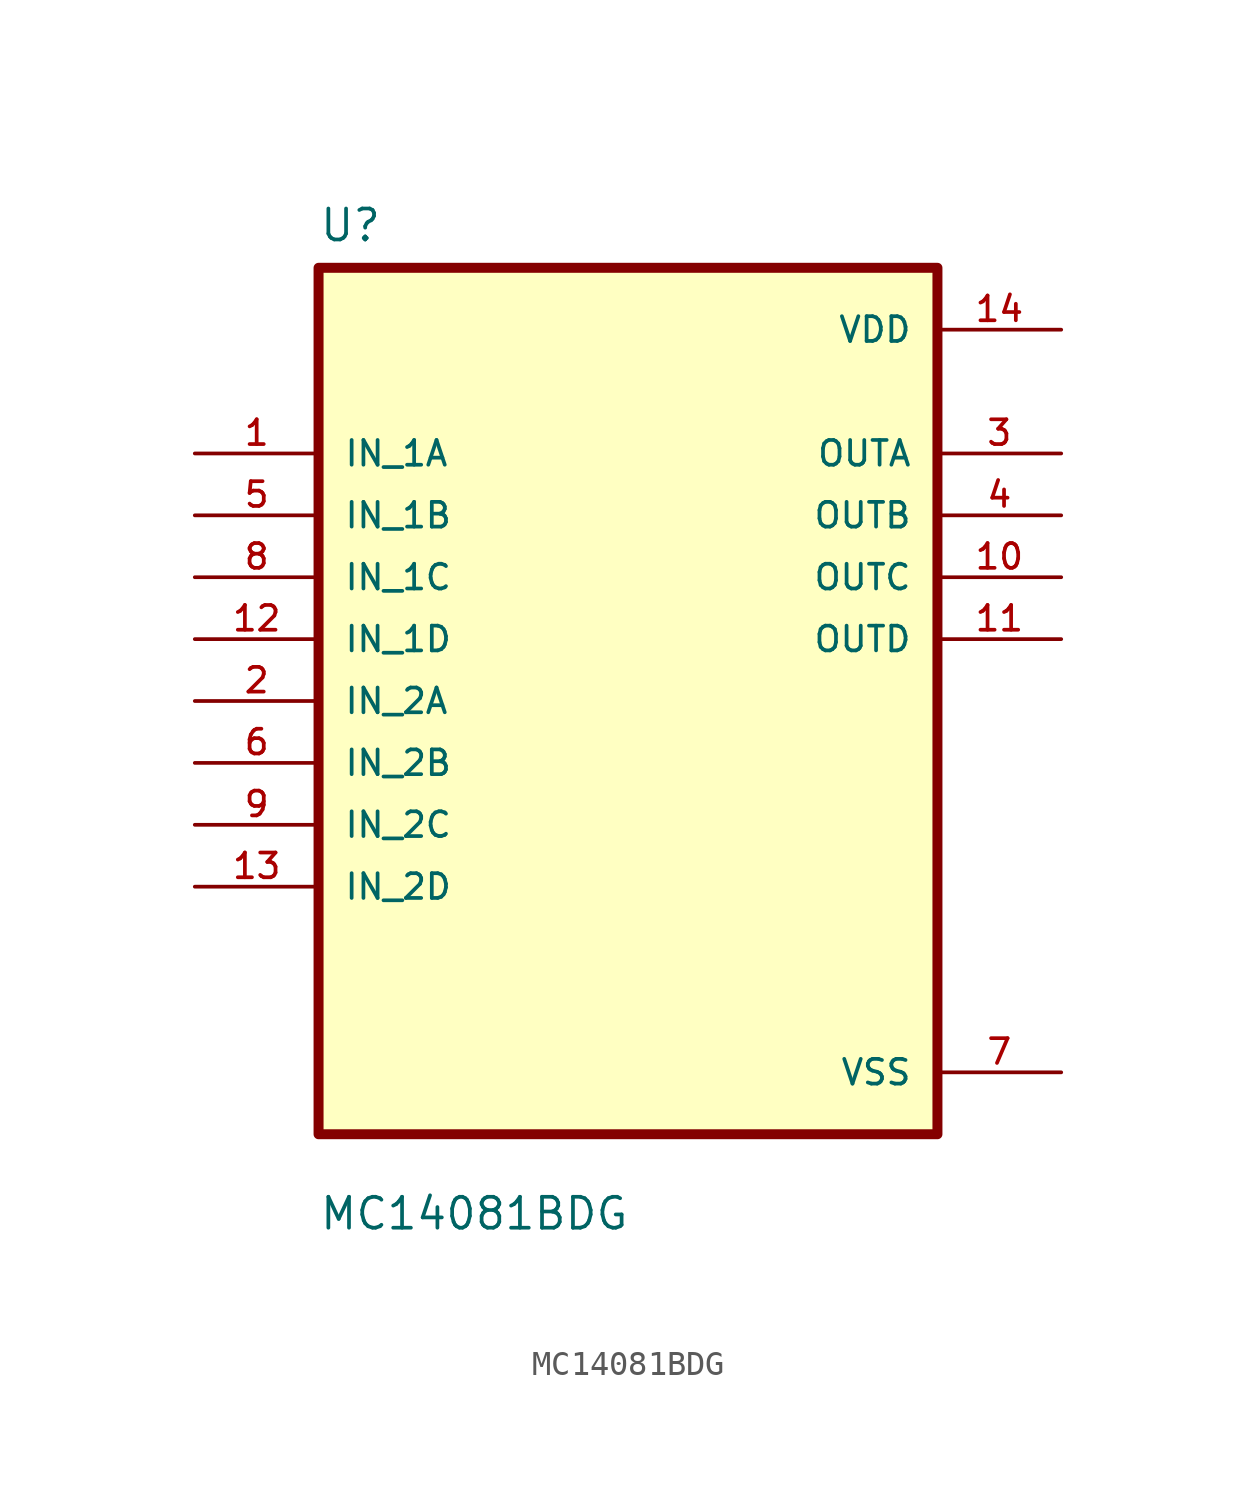
<source format=kicad_sym>
(kicad_symbol_lib
  (version 20211014)
  (generator kicad_symbol_editor)
  (symbol "MC14081BDG"
    (pin_names
      (offset 1.016))
    (property "Reference" "U"
      (at -12.7 18.78 0.0)
      (effects (font (size 1.27 1.27)) (justify bottom left)))
    (property "Value" "MC14081BDG"
      (at -12.7 -21.78 0.0)
      (effects (font (size 1.27 1.27)) (justify bottom left)))
    (symbol "MC14081BDG_0_0"
      (rectangle (start -12.7 -17.78) (end 12.7 17.78) (stroke (width 0.41)) (fill (type background)))
      (pin input line (at -17.78 10.16 0) (length 5.08) (name "IN_1A" (effects (font (size 1.016 1.016)))) (number "1" (effects (font (size 1.016 1.016)))))
      (pin input line (at -17.78 7.62 0) (length 5.08) (name "IN_1B" (effects (font (size 1.016 1.016)))) (number "5" (effects (font (size 1.016 1.016)))))
      (pin input line (at -17.78 5.08 0) (length 5.08) (name "IN_1C" (effects (font (size 1.016 1.016)))) (number "8" (effects (font (size 1.016 1.016)))))
      (pin input line (at -17.78 2.54 0) (length 5.08) (name "IN_1D" (effects (font (size 1.016 1.016)))) (number "12" (effects (font (size 1.016 1.016)))))
      (pin input line (at -17.78 0.0 0) (length 5.08) (name "IN_2A" (effects (font (size 1.016 1.016)))) (number "2" (effects (font (size 1.016 1.016)))))
      (pin input line (at -17.78 -2.54 0) (length 5.08) (name "IN_2B" (effects (font (size 1.016 1.016)))) (number "6" (effects (font (size 1.016 1.016)))))
      (pin input line (at -17.78 -5.08 0) (length 5.08) (name "IN_2C" (effects (font (size 1.016 1.016)))) (number "9" (effects (font (size 1.016 1.016)))))
      (pin input line (at -17.78 -7.62 0) (length 5.08) (name "IN_2D" (effects (font (size 1.016 1.016)))) (number "13" (effects (font (size 1.016 1.016)))))
      (pin power_in line (at 17.78 15.24 180.0) (length 5.08) (name "VDD" (effects (font (size 1.016 1.016)))) (number "14" (effects (font (size 1.016 1.016)))))
      (pin output line (at 17.78 10.16 180.0) (length 5.08) (name "OUTA" (effects (font (size 1.016 1.016)))) (number "3" (effects (font (size 1.016 1.016)))))
      (pin output line (at 17.78 7.62 180.0) (length 5.08) (name "OUTB" (effects (font (size 1.016 1.016)))) (number "4" (effects (font (size 1.016 1.016)))))
      (pin output line (at 17.78 5.08 180.0) (length 5.08) (name "OUTC" (effects (font (size 1.016 1.016)))) (number "10" (effects (font (size 1.016 1.016)))))
      (pin output line (at 17.78 2.54 180.0) (length 5.08) (name "OUTD" (effects (font (size 1.016 1.016)))) (number "11" (effects (font (size 1.016 1.016)))))
      (pin power_in line (at 17.78 -15.24 180.0) (length 5.08) (name "VSS" (effects (font (size 1.016 1.016)))) (number "7" (effects (font (size 1.016 1.016))))))))
</source>
